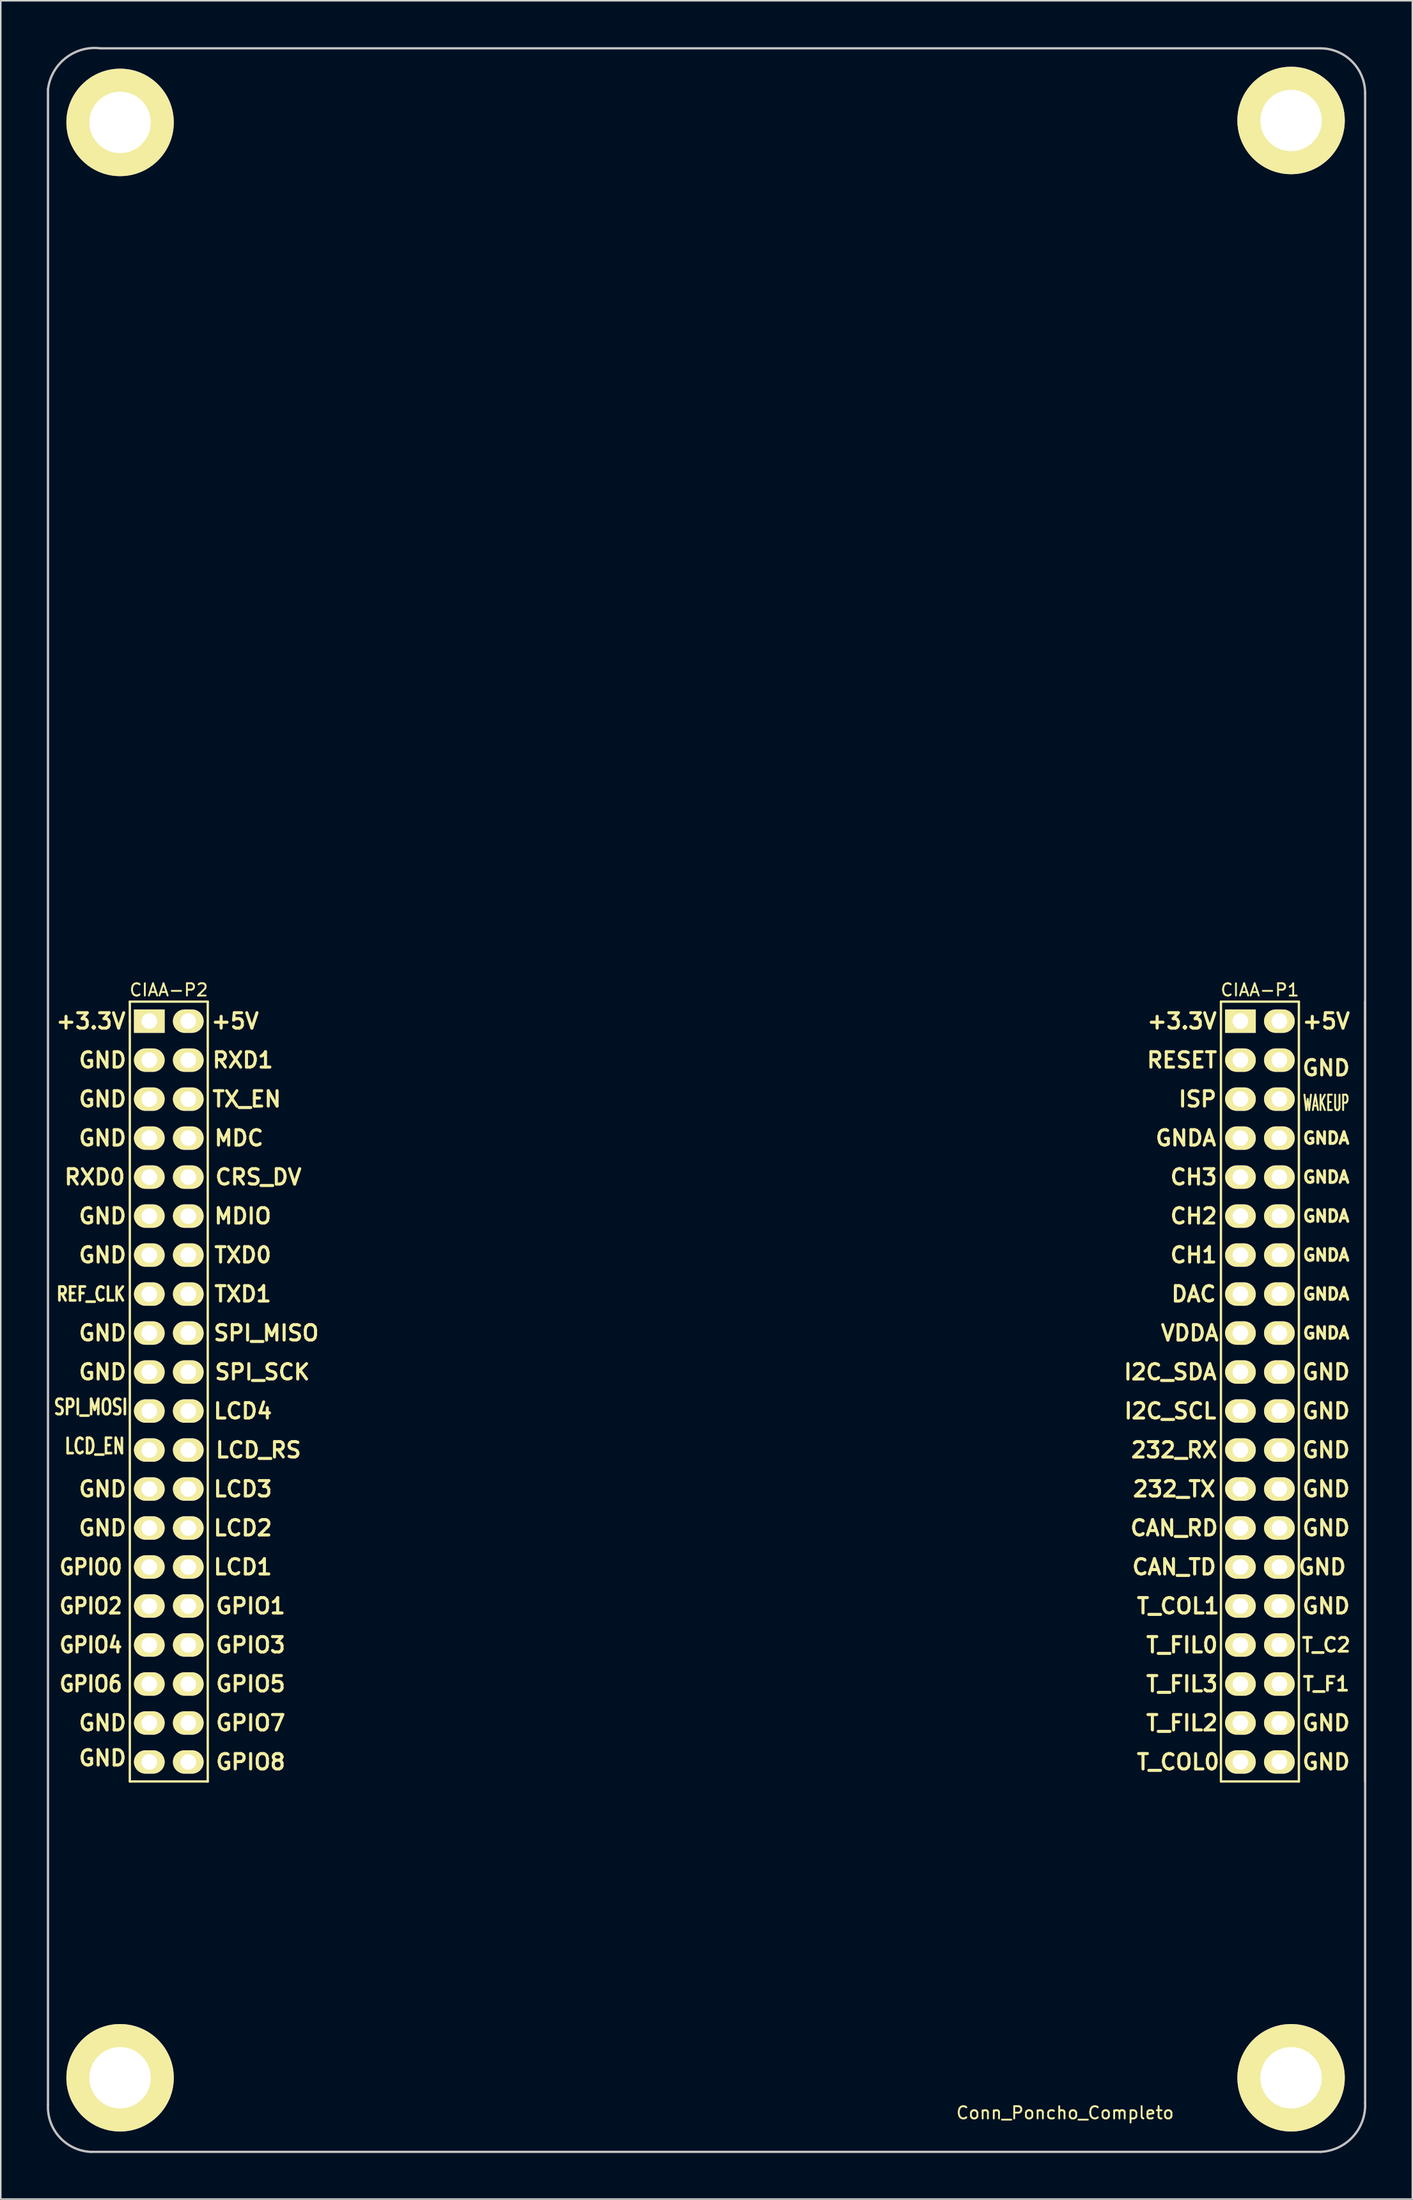
<source format=kicad_pcb>
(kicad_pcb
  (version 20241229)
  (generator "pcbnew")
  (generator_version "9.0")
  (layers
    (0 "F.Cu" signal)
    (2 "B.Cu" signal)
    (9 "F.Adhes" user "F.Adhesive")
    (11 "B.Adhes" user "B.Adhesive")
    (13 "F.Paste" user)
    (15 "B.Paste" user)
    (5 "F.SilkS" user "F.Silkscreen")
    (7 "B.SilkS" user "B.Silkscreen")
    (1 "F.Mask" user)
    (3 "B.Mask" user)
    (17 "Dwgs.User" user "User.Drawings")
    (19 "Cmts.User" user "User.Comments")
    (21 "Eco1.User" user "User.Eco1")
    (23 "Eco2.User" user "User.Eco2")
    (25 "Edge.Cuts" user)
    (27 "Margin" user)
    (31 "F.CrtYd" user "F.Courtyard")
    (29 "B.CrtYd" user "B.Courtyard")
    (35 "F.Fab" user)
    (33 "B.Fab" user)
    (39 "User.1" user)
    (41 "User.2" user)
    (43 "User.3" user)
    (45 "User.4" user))
  (footprint "Conn_Poncho_Completo"
    (layer "F.Cu")
    (at 77.802 63.472)
    (property "Reference" "Conn_Poncho_Completo" (at -11.43 71.12 0) (layer "F.SilkS") (effects (font (size 0.8 0.8) (thickness 0.12))))
    (attr through_hole)
    (fp_line (start -72.39 -1.27) (end -67.31 -1.27) (stroke (width 0.15) (type solid)) (layer "F.SilkS"))
    (fp_line (start -72.39 0) (end -72.39 -1.27) (stroke (width 0.15) (type solid)) (layer "F.SilkS"))
    (fp_line (start -72.39 49.53) (end -72.39 0) (stroke (width 0.15) (type solid)) (layer "F.SilkS"))
    (fp_line (start -67.31 -1.27) (end -67.31 49.53) (stroke (width 0.15) (type solid)) (layer "F.SilkS"))
    (fp_line (start -67.31 49.53) (end -72.39 49.53) (stroke (width 0.15) (type solid)) (layer "F.SilkS"))
    (fp_line (start -1.27 49.53) (end -1.27 -1.27) (stroke (width 0.15) (type solid)) (layer "F.SilkS"))
    (fp_line (start 3.81 -1.27) (end -1.27 -1.27) (stroke (width 0.15) (type solid)) (layer "F.SilkS"))
    (fp_line (start 3.81 49.53) (end -1.27 49.53) (stroke (width 0.15) (type solid)) (layer "F.SilkS"))
    (fp_line (start 3.81 49.53) (end 3.81 -1.27) (stroke (width 0.15) (type solid)) (layer "F.SilkS"))
    (fp_line (start 8.128 0) (end 8.128 -1.27) (stroke (width 0.15) (type solid)) (layer "F.SilkS"))
    (fp_line (start 8.128 0) (end 8.128 49.53) (stroke (width 0.15) (type solid)) (layer "F.SilkS"))
    (fp_line (start -77.724 70.612) (end -77.724 -60.706) (stroke (width 0.15) (type solid)) (layer "Dwgs.User"))
    (fp_line (start -74.295 -63.373) (end 5.207 -63.373) (stroke (width 0.15) (type solid)) (layer "Dwgs.User"))
    (fp_line (start 5.207 73.66) (end -74.93 73.66) (stroke (width 0.15) (type solid)) (layer "Dwgs.User"))
    (fp_line (start 8.128 -60.452) (end 8.128 70.485) (stroke (width 0.15) (type solid)) (layer "Dwgs.User"))
    (fp_arc (start -77.724 -60.706) (mid -76.561854 -62.749669) (end -74.295 -63.373) (stroke (width 0.15) (type solid)) (layer "Dwgs.User"))
    (fp_arc (start -74.93 73.66) (mid -76.958261 72.714656) (end -77.724 70.612) (stroke (width 0.15) (type solid)) (layer "Dwgs.User"))
    (fp_arc (start 5.207 -63.373) (mid 7.272459 -62.517459) (end 8.128 -60.452) (stroke (width 0.15) (type solid)) (layer "Dwgs.User"))
    (fp_arc (start 8.128 70.485) (mid 7.325064 72.677459) (end 5.207 73.66) (stroke (width 0.15) (type solid)) (layer "Dwgs.User"))
    (fp_text user "GND" (at -74.168 12.7 0) (layer "F.SilkS") (effects (font (size 1 1) (thickness 0.2))))
    (fp_text user "CAN_TD" (at -4.318 35.56 0) (layer "F.SilkS") (effects (font (size 1 1) (thickness 0.2))))
    (fp_text user "ISP" (at -2.794 5.08 0) (layer "F.SilkS") (effects (font (size 1 1) (thickness 0.2))))
    (fp_text user "T_F1" (at 5.588 43.18 0) (layer "F.SilkS") (effects (font (size 0.9 0.9) (thickness 0.18))))
    (fp_text user "GND" (at 5.588 27.94 0) (layer "F.SilkS") (effects (font (size 1 1) (thickness 0.2))))
    (fp_text user "232_RX" (at -4.318 27.94 0) (layer "F.SilkS") (effects (font (size 1 1) (thickness 0.2))))
    (fp_text user "T_COL1" (at -4.064 38.1 0) (layer "F.SilkS") (effects (font (size 1 1) (thickness 0.2))))
    (fp_text user "CRS_DV" (at -64.008 10.16 0) (layer "F.SilkS") (effects (font (size 1 1) (thickness 0.2))))
    (fp_text user "GPIO7" (at -64.516 45.72 0) (layer "F.SilkS") (effects (font (size 1 1) (thickness 0.2))))
    (fp_text user "GND" (at -74.168 20.32 0) (layer "F.SilkS") (effects (font (size 1 1) (thickness 0.2))))
    (fp_text user "GNDA" (at 5.588 10.16 0) (layer "F.SilkS") (effects (font (size 0.76 0.76) (thickness 0.19))))
    (fp_text user "SPI_MOSI" (at -74.93 25.146 0) (layer "F.SilkS") (effects (font (size 1 0.7) (thickness 0.17))))
    (fp_text user "SPI_MISO" (at -63.5 20.32 0) (layer "F.SilkS") (effects (font (size 1 1) (thickness 0.2))))
    (fp_text user "GND" (at 5.588 48.26 0) (layer "F.SilkS") (effects (font (size 1 1) (thickness 0.2))))
    (fp_text user "LCD1" (at -65.024 35.56 0) (layer "F.SilkS") (effects (font (size 1 1) (thickness 0.2))))
    (fp_text user "+3.3V" (at -3.81 0 0) (layer "F.SilkS") (effects (font (size 1 1) (thickness 0.2))))
    (fp_text user "GNDA" (at 5.588 12.7 0) (layer "F.SilkS") (effects (font (size 0.76 0.76) (thickness 0.19))))
    (fp_text user "GND" (at -74.168 22.86 0) (layer "F.SilkS") (effects (font (size 1 1) (thickness 0.2))))
    (fp_text user "I2C_SCL" (at -4.572 25.4 0) (layer "F.SilkS") (effects (font (size 1 1) (thickness 0.2))))
    (fp_text user "RXD1" (at -65.024 2.54 0) (layer "F.SilkS") (effects (font (size 1 1) (thickness 0.2))))
    (fp_text user "GND" (at -74.168 15.24 0) (layer "F.SilkS") (effects (font (size 1 1) (thickness 0.2))))
    (fp_text user "GND" (at 5.588 33.02 0) (layer "F.SilkS") (effects (font (size 1 1) (thickness 0.2))))
    (fp_text user "GPIO1" (at -64.516 38.1 0) (layer "F.SilkS") (effects (font (size 1 1) (thickness 0.2))))
    (fp_text user "WAKEUP" (at 5.588 5.334 0) (layer "F.SilkS") (effects (font (size 1 0.5) (thickness 0.125))))
    (fp_text user "LCD2" (at -65.024 33.02 0) (layer "F.SilkS") (effects (font (size 1 1) (thickness 0.2))))
    (fp_text user "GND" (at -74.168 7.62 0) (layer "F.SilkS") (effects (font (size 1 1) (thickness 0.2))))
    (fp_text user "GPIO2" (at -74.93 38.1 0) (layer "F.SilkS") (effects (font (size 1 0.9) (thickness 0.2))))
    (fp_text user "LCD_EN" (at -74.676 27.686 0) (layer "F.SilkS") (effects (font (size 1 0.7) (thickness 0.17))))
    (fp_text user "TXD1" (at -65.024 17.78 0) (layer "F.SilkS") (effects (font (size 1 1) (thickness 0.2))))
    (fp_text user "GNDA" (at 5.588 15.24 0) (layer "F.SilkS") (effects (font (size 0.76 0.76) (thickness 0.19))))
    (fp_text user "GND" (at -74.168 30.48 0) (layer "F.SilkS") (effects (font (size 1 1) (thickness 0.2))))
    (fp_text user "GNDA" (at 5.588 20.32 0) (layer "F.SilkS") (effects (font (size 0.76 0.76) (thickness 0.19))))
    (fp_text user "232_TX" (at -4.318 30.48 0) (layer "F.SilkS") (effects (font (size 1 1) (thickness 0.2))))
    (fp_text user "CH2" (at -3.048 12.7 0) (layer "F.SilkS") (effects (font (size 1 1) (thickness 0.2))))
    (fp_text user "GND" (at 5.588 30.48 0) (layer "F.SilkS") (effects (font (size 1 1) (thickness 0.2))))
    (fp_text user "T_C2" (at 5.588 40.64 0) (layer "F.SilkS") (effects (font (size 0.9 0.9) (thickness 0.18))))
    (fp_text user "+5V" (at -65.532 0 0) (layer "F.SilkS") (effects (font (size 1 1) (thickness 0.2))))
    (fp_text user "GND" (at 5.588 25.4 0) (layer "F.SilkS") (effects (font (size 1 1) (thickness 0.2))))
    (fp_text user "GND" (at -74.168 5.08 0) (layer "F.SilkS") (effects (font (size 1 1) (thickness 0.2))))
    (fp_text user "LCD4" (at -65.024 25.4 0) (layer "F.SilkS") (effects (font (size 1 1) (thickness 0.2))))
    (fp_text user "GND" (at -74.168 33.02 0) (layer "F.SilkS") (effects (font (size 1 1) (thickness 0.2))))
    (fp_text user "GND" (at -74.168 48.006 0) (layer "F.SilkS") (effects (font (size 1 1) (thickness 0.2))))
    (fp_text user "GND" (at 5.588 38.1 0) (layer "F.SilkS") (effects (font (size 1 1) (thickness 0.2))))
    (fp_text user "GND" (at 5.588 3.048 0) (layer "F.SilkS") (effects (font (size 1 1) (thickness 0.2))))
    (fp_text user "T_FIL0" (at -3.81 40.64 0) (layer "F.SilkS") (effects (font (size 1 1) (thickness 0.2))))
    (fp_text user "+3.3V" (at -74.93 0 0) (layer "F.SilkS") (effects (font (size 1 1) (thickness 0.2))))
    (fp_text user "RESET" (at -3.81 2.54 0) (layer "F.SilkS") (effects (font (size 1 1) (thickness 0.2))))
    (fp_text user "LCD3" (at -65.024 30.48 0) (layer "F.SilkS") (effects (font (size 1 1) (thickness 0.2))))
    (fp_text user "CAN_RD" (at -4.318 33.02 0) (layer "F.SilkS") (effects (font (size 1 1) (thickness 0.2))))
    (fp_text user "GNDA" (at 5.588 17.78 0) (layer "F.SilkS") (effects (font (size 0.76 0.76) (thickness 0.19))))
    (fp_text user "MDC" (at -65.278 7.62 0) (layer "F.SilkS") (effects (font (size 1 1) (thickness 0.2))))
    (fp_text user "LCD_RS" (at -64.008 27.94 0) (layer "F.SilkS") (effects (font (size 1 1) (thickness 0.2))))
    (fp_text user "GND" (at -74.168 2.54 0) (layer "F.SilkS") (effects (font (size 1 1) (thickness 0.2))))
    (fp_text user "DAC" (at -3.048 17.78 0) (layer "F.SilkS") (effects (font (size 1 1) (thickness 0.2))))
    (fp_text user "T_FIL2" (at -3.81 45.72 0) (layer "F.SilkS") (effects (font (size 1 1) (thickness 0.2))))
    (fp_text user "GND" (at -74.168 45.72 0) (layer "F.SilkS") (effects (font (size 1 1) (thickness 0.2))))
    (fp_text user "GPIO6" (at -74.93 43.18 0) (layer "F.SilkS") (effects (font (size 1 0.9) (thickness 0.2))))
    (fp_text user "GNDA" (at 5.588 7.62 0) (layer "F.SilkS") (effects (font (size 0.76 0.76) (thickness 0.19))))
    (fp_text user "T_FIL3" (at -3.81 43.18 0) (layer "F.SilkS") (effects (font (size 1 1) (thickness 0.2))))
    (fp_text user "+5V" (at 5.588 0 0) (layer "F.SilkS") (effects (font (size 1 1) (thickness 0.2))))
    (fp_text user "GPIO5" (at -64.516 43.18 0) (layer "F.SilkS") (effects (font (size 1 1) (thickness 0.2))))
    (fp_text user "MDIO" (at -65.024 12.7 0) (layer "F.SilkS") (effects (font (size 1 1) (thickness 0.2))))
    (fp_text user "GPIO4" (at -74.93 40.64 0) (layer "F.SilkS") (effects (font (size 1 0.9) (thickness 0.2))))
    (fp_text user "GND" (at 5.588 22.86 0) (layer "F.SilkS") (effects (font (size 1 1) (thickness 0.2))))
    (fp_text user "REF_CLK" (at -74.93 17.78 0) (layer "F.SilkS") (effects (font (size 0.9 0.7) (thickness 0.175))))
    (fp_text user "T_COL0" (at -4.064 48.26 0) (layer "F.SilkS") (effects (font (size 1 1) (thickness 0.2))))
    (fp_text user "RXD0" (at -74.676 10.16 0) (layer "F.SilkS") (effects (font (size 1 1) (thickness 0.2))))
    (fp_text user "GPIO0" (at -74.93 35.56 0) (layer "F.SilkS") (effects (font (size 1 0.9) (thickness 0.2))))
    (fp_text user "GND" (at 5.588 45.72 0) (layer "F.SilkS") (effects (font (size 1 1) (thickness 0.2))))
    (fp_text user "GND" (at 5.334 35.56 0) (layer "F.SilkS") (effects (font (size 1 1) (thickness 0.2))))
    (fp_text user "CIAA-P2" (at -69.85 -2.032 0) (layer "F.SilkS") (effects (font (size 0.8 0.8) (thickness 0.12))))
    (fp_text user "SPI_SCK" (at -63.754 22.86 0) (layer "F.SilkS") (effects (font (size 1 1) (thickness 0.2))))
    (fp_text user "TXD0" (at -65.024 15.24 0) (layer "F.SilkS") (effects (font (size 1 1) (thickness 0.2))))
    (fp_text user "GNDA" (at -3.556 7.62 0) (layer "F.SilkS") (effects (font (size 1 1) (thickness 0.2))))
    (fp_text user "I2C_SDA" (at -4.572 22.86 0) (layer "F.SilkS") (effects (font (size 1 1) (thickness 0.2))))
    (fp_text user "GPIO3" (at -64.516 40.64 0) (layer "F.SilkS") (effects (font (size 1 1) (thickness 0.2))))
    (fp_text user "VDDA" (at -3.302 20.32 0) (layer "F.SilkS") (effects (font (size 1 1) (thickness 0.2))))
    (fp_text user "GPIO8" (at -64.516 48.26 0) (layer "F.SilkS") (effects (font (size 1 1) (thickness 0.2))))
    (fp_text user "CH3" (at -3.048 10.16 0) (layer "F.SilkS") (effects (font (size 1 1) (thickness 0.2))))
    (fp_text user "TX_EN" (at -64.77 5.08 0) (layer "F.SilkS") (effects (font (size 1 1) (thickness 0.2))))
    (fp_text user "CIAA-P1" (at 1.27 -2.032 0) (layer "F.SilkS") (effects (font (size 0.8 0.8) (thickness 0.12))))
    (fp_text user "CH1" (at -3.048 15.24 0) (layer "F.SilkS") (effects (font (size 1 1) (thickness 0.2))))
    (pad "1" thru_hole rect (at 0 0 270) (size 1.524 2) (drill 1.016) (layers "*.Cu" "*.Mask" "F.SilkS"))
    (pad "2" thru_hole oval (at 2.54 0 270) (size 1.524 2) (drill 1.016) (layers "*.Cu" "*.Mask" "F.SilkS"))
    (pad "3" thru_hole oval (at 0 2.54 270) (size 1.524 2) (drill 1.016) (layers "*.Cu" "*.Mask" "F.SilkS"))
    (pad "4" thru_hole oval (at 2.54 2.54 270) (size 1.524 2) (drill 1.016) (layers "*.Cu" "*.Mask" "F.SilkS"))
    (pad "5" thru_hole oval (at 0 5.08 270) (size 1.524 2) (drill 1.016) (layers "*.Cu" "*.Mask" "F.SilkS"))
    (pad "6" thru_hole oval (at 2.54 5.08 270) (size 1.524 2) (drill 1.016) (layers "*.Cu" "*.Mask" "F.SilkS"))
    (pad "7" thru_hole oval (at 0 7.62 270) (size 1.524 2) (drill 1.016) (layers "*.Cu" "*.Mask" "F.SilkS"))
    (pad "8" thru_hole oval (at 2.54 7.62 270) (size 1.524 2) (drill 1.016) (layers "*.Cu" "*.Mask" "F.SilkS"))
    (pad "9" thru_hole oval (at 0 10.16 270) (size 1.524 2) (drill 1.016) (layers "*.Cu" "*.Mask" "F.SilkS"))
    (pad "10" thru_hole oval (at 2.54 10.16 270) (size 1.524 2) (drill 1.016) (layers "*.Cu" "*.Mask" "F.SilkS"))
    (pad "11" thru_hole oval (at 0 12.7 270) (size 1.524 2) (drill 1.016) (layers "*.Cu" "*.Mask" "F.SilkS"))
    (pad "12" thru_hole oval (at 2.54 12.7 270) (size 1.524 2) (drill 1.016) (layers "*.Cu" "*.Mask" "F.SilkS"))
    (pad "13" thru_hole oval (at 0 15.24 270) (size 1.524 2) (drill 1.016) (layers "*.Cu" "*.Mask" "F.SilkS"))
    (pad "14" thru_hole oval (at 2.54 15.24 270) (size 1.524 2) (drill 1.016) (layers "*.Cu" "*.Mask" "F.SilkS"))
    (pad "15" thru_hole oval (at 0 17.78 270) (size 1.524 2) (drill 1.016) (layers "*.Cu" "*.Mask" "F.SilkS"))
    (pad "16" thru_hole oval (at 2.54 17.78 270) (size 1.524 2) (drill 1.016) (layers "*.Cu" "*.Mask" "F.SilkS"))
    (pad "17" thru_hole oval (at 0 20.32 270) (size 1.524 2) (drill 1.016) (layers "*.Cu" "*.Mask" "F.SilkS"))
    (pad "18" thru_hole oval (at 2.54 20.32 270) (size 1.524 2) (drill 1.016) (layers "*.Cu" "*.Mask" "F.SilkS"))
    (pad "19" thru_hole oval (at 0 22.86 270) (size 1.524 2) (drill 1.016) (layers "*.Cu" "*.Mask" "F.SilkS"))
    (pad "20" thru_hole oval (at 2.54 22.86 270) (size 1.524 2) (drill 1.016) (layers "*.Cu" "*.Mask" "F.SilkS"))
    (pad "21" thru_hole oval (at 0 25.4 270) (size 1.524 2) (drill 1.016) (layers "*.Cu" "*.Mask" "F.SilkS"))
    (pad "22" thru_hole oval (at 2.54 25.4 270) (size 1.524 2) (drill 1.016) (layers "*.Cu" "*.Mask" "F.SilkS"))
    (pad "23" thru_hole oval (at 0 27.94 270) (size 1.524 2) (drill 1.016) (layers "*.Cu" "*.Mask" "F.SilkS"))
    (pad "24" thru_hole oval (at 2.54 27.94 270) (size 1.524 2) (drill 1.016) (layers "*.Cu" "*.Mask" "F.SilkS"))
    (pad "25" thru_hole oval (at 0 30.48 270) (size 1.524 2) (drill 1.016) (layers "*.Cu" "*.Mask" "F.SilkS"))
    (pad "26" thru_hole oval (at 2.54 30.48 270) (size 1.524 2) (drill 1.016) (layers "*.Cu" "*.Mask" "F.SilkS"))
    (pad "27" thru_hole oval (at 0 33.02 270) (size 1.524 2) (drill 1.016) (layers "*.Cu" "*.Mask" "F.SilkS"))
    (pad "28" thru_hole oval (at 2.54 33.02 270) (size 1.524 2) (drill 1.016) (layers "*.Cu" "*.Mask" "F.SilkS"))
    (pad "29" thru_hole oval (at 0 35.56 270) (size 1.524 2) (drill 1.016) (layers "*.Cu" "*.Mask" "F.SilkS"))
    (pad "30" thru_hole oval (at 2.54 35.56 270) (size 1.524 2) (drill 1.016) (layers "*.Cu" "*.Mask" "F.SilkS"))
    (pad "31" thru_hole oval (at 0 38.1 270) (size 1.524 2) (drill 1.016) (layers "*.Cu" "*.Mask" "F.SilkS"))
    (pad "32" thru_hole oval (at 2.54 38.1 270) (size 1.524 2) (drill 1.016) (layers "*.Cu" "*.Mask" "F.SilkS"))
    (pad "33" thru_hole oval (at 0 40.64 270) (size 1.524 2) (drill 1.016) (layers "*.Cu" "*.Mask" "F.SilkS"))
    (pad "34" thru_hole oval (at 2.54 40.64 270) (size 1.524 2) (drill 1.016) (layers "*.Cu" "*.Mask" "F.SilkS"))
    (pad "35" thru_hole oval (at 0 43.18 270) (size 1.524 2) (drill 1.016) (layers "*.Cu" "*.Mask" "F.SilkS"))
    (pad "36" thru_hole oval (at 2.54 43.18 270) (size 1.524 2) (drill 1.016) (layers "*.Cu" "*.Mask" "F.SilkS"))
    (pad "37" thru_hole oval (at 0 45.72 270) (size 1.524 2) (drill 1.016) (layers "*.Cu" "*.Mask" "F.SilkS"))
    (pad "38" thru_hole oval (at 2.54 45.72 270) (size 1.524 2) (drill 1.016) (layers "*.Cu" "*.Mask" "F.SilkS"))
    (pad "39" thru_hole oval (at 0 48.26 270) (size 1.524 2) (drill 1.016) (layers "*.Cu" "*.Mask" "F.SilkS"))
    (pad "40" thru_hole oval (at 2.54 48.26 270) (size 1.524 2) (drill 1.016) (layers "*.Cu" "*.Mask" "F.SilkS"))
    (pad "41" thru_hole rect (at -71.12 0 270) (size 1.524 2) (drill 1.016) (layers "*.Cu" "*.Mask" "F.SilkS"))
    (pad "42" thru_hole oval (at -68.58 0 270) (size 1.524 2) (drill 1.016) (layers "*.Cu" "*.Mask" "F.SilkS"))
    (pad "43" thru_hole oval (at -71.12 2.54 270) (size 1.524 2) (drill 1.016) (layers "*.Cu" "*.Mask" "F.SilkS"))
    (pad "44" thru_hole oval (at -68.58 2.54 270) (size 1.524 2) (drill 1.016) (layers "*.Cu" "*.Mask" "F.SilkS"))
    (pad "45" thru_hole oval (at -71.12 5.08 270) (size 1.524 2) (drill 1.016) (layers "*.Cu" "*.Mask" "F.SilkS"))
    (pad "46" thru_hole oval (at -68.58 5.08 270) (size 1.524 2) (drill 1.016) (layers "*.Cu" "*.Mask" "F.SilkS"))
    (pad "47" thru_hole oval (at -71.12 7.62 270) (size 1.524 2) (drill 1.016) (layers "*.Cu" "*.Mask" "F.SilkS"))
    (pad "48" thru_hole oval (at -68.58 7.62 270) (size 1.524 2) (drill 1.016) (layers "*.Cu" "*.Mask" "F.SilkS"))
    (pad "49" thru_hole oval (at -71.12 10.16 270) (size 1.524 2) (drill 1.016) (layers "*.Cu" "*.Mask" "F.SilkS"))
    (pad "50" thru_hole oval (at -68.58 10.16 270) (size 1.524 2) (drill 1.016) (layers "*.Cu" "*.Mask" "F.SilkS"))
    (pad "51" thru_hole oval (at -71.12 12.7 270) (size 1.524 2) (drill 1.016) (layers "*.Cu" "*.Mask" "F.SilkS"))
    (pad "52" thru_hole oval (at -68.58 12.7 270) (size 1.524 2) (drill 1.016) (layers "*.Cu" "*.Mask" "F.SilkS"))
    (pad "53" thru_hole oval (at -71.12 15.24 270) (size 1.524 2) (drill 1.016) (layers "*.Cu" "*.Mask" "F.SilkS"))
    (pad "54" thru_hole oval (at -68.58 15.24 270) (size 1.524 2) (drill 1.016) (layers "*.Cu" "*.Mask" "F.SilkS"))
    (pad "55" thru_hole oval (at -71.12 17.78 270) (size 1.524 2) (drill 1.016) (layers "*.Cu" "*.Mask" "F.SilkS"))
    (pad "56" thru_hole oval (at -68.58 17.78 270) (size 1.524 2) (drill 1.016) (layers "*.Cu" "*.Mask" "F.SilkS"))
    (pad "57" thru_hole oval (at -71.12 20.32 270) (size 1.524 2) (drill 1.016) (layers "*.Cu" "*.Mask" "F.SilkS"))
    (pad "58" thru_hole oval (at -68.58 20.32 270) (size 1.524 2) (drill 1.016) (layers "*.Cu" "*.Mask" "F.SilkS"))
    (pad "59" thru_hole oval (at -71.12 22.86 270) (size 1.524 2) (drill 1.016) (layers "*.Cu" "*.Mask" "F.SilkS"))
    (pad "60" thru_hole oval (at -68.58 22.86 270) (size 1.524 2) (drill 1.016) (layers "*.Cu" "*.Mask" "F.SilkS"))
    (pad "61" thru_hole oval (at -71.12 25.4 270) (size 1.524 2) (drill 1.016) (layers "*.Cu" "*.Mask" "F.SilkS"))
    (pad "62" thru_hole oval (at -68.58 25.4 270) (size 1.524 2) (drill 1.016) (layers "*.Cu" "*.Mask" "F.SilkS"))
    (pad "63" thru_hole oval (at -71.12 27.94 270) (size 1.524 2) (drill 1.016) (layers "*.Cu" "*.Mask" "F.SilkS"))
    (pad "64" thru_hole oval (at -68.58 27.94 270) (size 1.524 2) (drill 1.016) (layers "*.Cu" "*.Mask" "F.SilkS"))
    (pad "65" thru_hole oval (at -71.12 30.48 270) (size 1.524 2) (drill 1.016) (layers "*.Cu" "*.Mask" "F.SilkS"))
    (pad "66" thru_hole oval (at -68.58 30.48 270) (size 1.524 2) (drill 1.016) (layers "*.Cu" "*.Mask" "F.SilkS"))
    (pad "67" thru_hole oval (at -71.12 33.02 270) (size 1.524 2) (drill 1.016) (layers "*.Cu" "*.Mask" "F.SilkS"))
    (pad "68" thru_hole oval (at -68.58 33.02 270) (size 1.524 2) (drill 1.016) (layers "*.Cu" "*.Mask" "F.SilkS"))
    (pad "69" thru_hole oval (at -71.12 35.56 270) (size 1.524 2) (drill 1.016) (layers "*.Cu" "*.Mask" "F.SilkS"))
    (pad "70" thru_hole oval (at -68.58 35.56 270) (size 1.524 2) (drill 1.016) (layers "*.Cu" "*.Mask" "F.SilkS"))
    (pad "71" thru_hole oval (at -71.12 38.1 270) (size 1.524 2) (drill 1.016) (layers "*.Cu" "*.Mask" "F.SilkS"))
    (pad "72" thru_hole oval (at -68.58 38.1 270) (size 1.524 2) (drill 1.016) (layers "*.Cu" "*.Mask" "F.SilkS"))
    (pad "73" thru_hole oval (at -71.12 40.64 270) (size 1.524 2) (drill 1.016) (layers "*.Cu" "*.Mask" "F.SilkS"))
    (pad "74" thru_hole oval (at -68.58 40.64 270) (size 1.524 2) (drill 1.016) (layers "*.Cu" "*.Mask" "F.SilkS"))
    (pad "75" thru_hole oval (at -71.12 43.18 270) (size 1.524 2) (drill 1.016) (layers "*.Cu" "*.Mask" "F.SilkS"))
    (pad "76" thru_hole oval (at -68.58 43.18 270) (size 1.524 2) (drill 1.016) (layers "*.Cu" "*.Mask" "F.SilkS"))
    (pad "77" thru_hole oval (at -71.12 45.72 270) (size 1.524 2) (drill 1.016) (layers "*.Cu" "*.Mask" "F.SilkS"))
    (pad "78" thru_hole oval (at -68.58 45.72 270) (size 1.524 2) (drill 1.016) (layers "*.Cu" "*.Mask" "F.SilkS"))
    (pad "79" thru_hole oval (at -71.12 48.26 270) (size 1.524 2) (drill 1.016) (layers "*.Cu" "*.Mask" "F.SilkS"))
    (pad "80" thru_hole oval (at -68.58 48.26 270) (size 1.524 2) (drill 1.016) (layers "*.Cu" "*.Mask" "F.SilkS"))
    (pad "~" thru_hole circle (at -73.025 -58.547) (size 7 7) (drill 4) (layers "*.Cu" "*.Mask" "F.SilkS"))
    (pad "~" thru_hole circle (at -73.025 68.834) (size 7 7) (drill 4) (layers "*.Cu" "*.Mask" "F.SilkS"))
    (pad "~" thru_hole circle (at 3.302 -58.674) (size 7 7) (drill 4) (layers "*.Cu" "*.Mask" "F.SilkS"))
    (pad "~" thru_hole circle (at 3.302 68.834) (size 7 7) (drill 4) (layers "*.Cu" "*.Mask" "F.SilkS")))
  (gr_rect
    (start -3 -3)
    (end 89.007 140.207)
    (stroke (width 0.1) (type default))
    (fill no)
    (layer "Edge.Cuts")))
</source>
